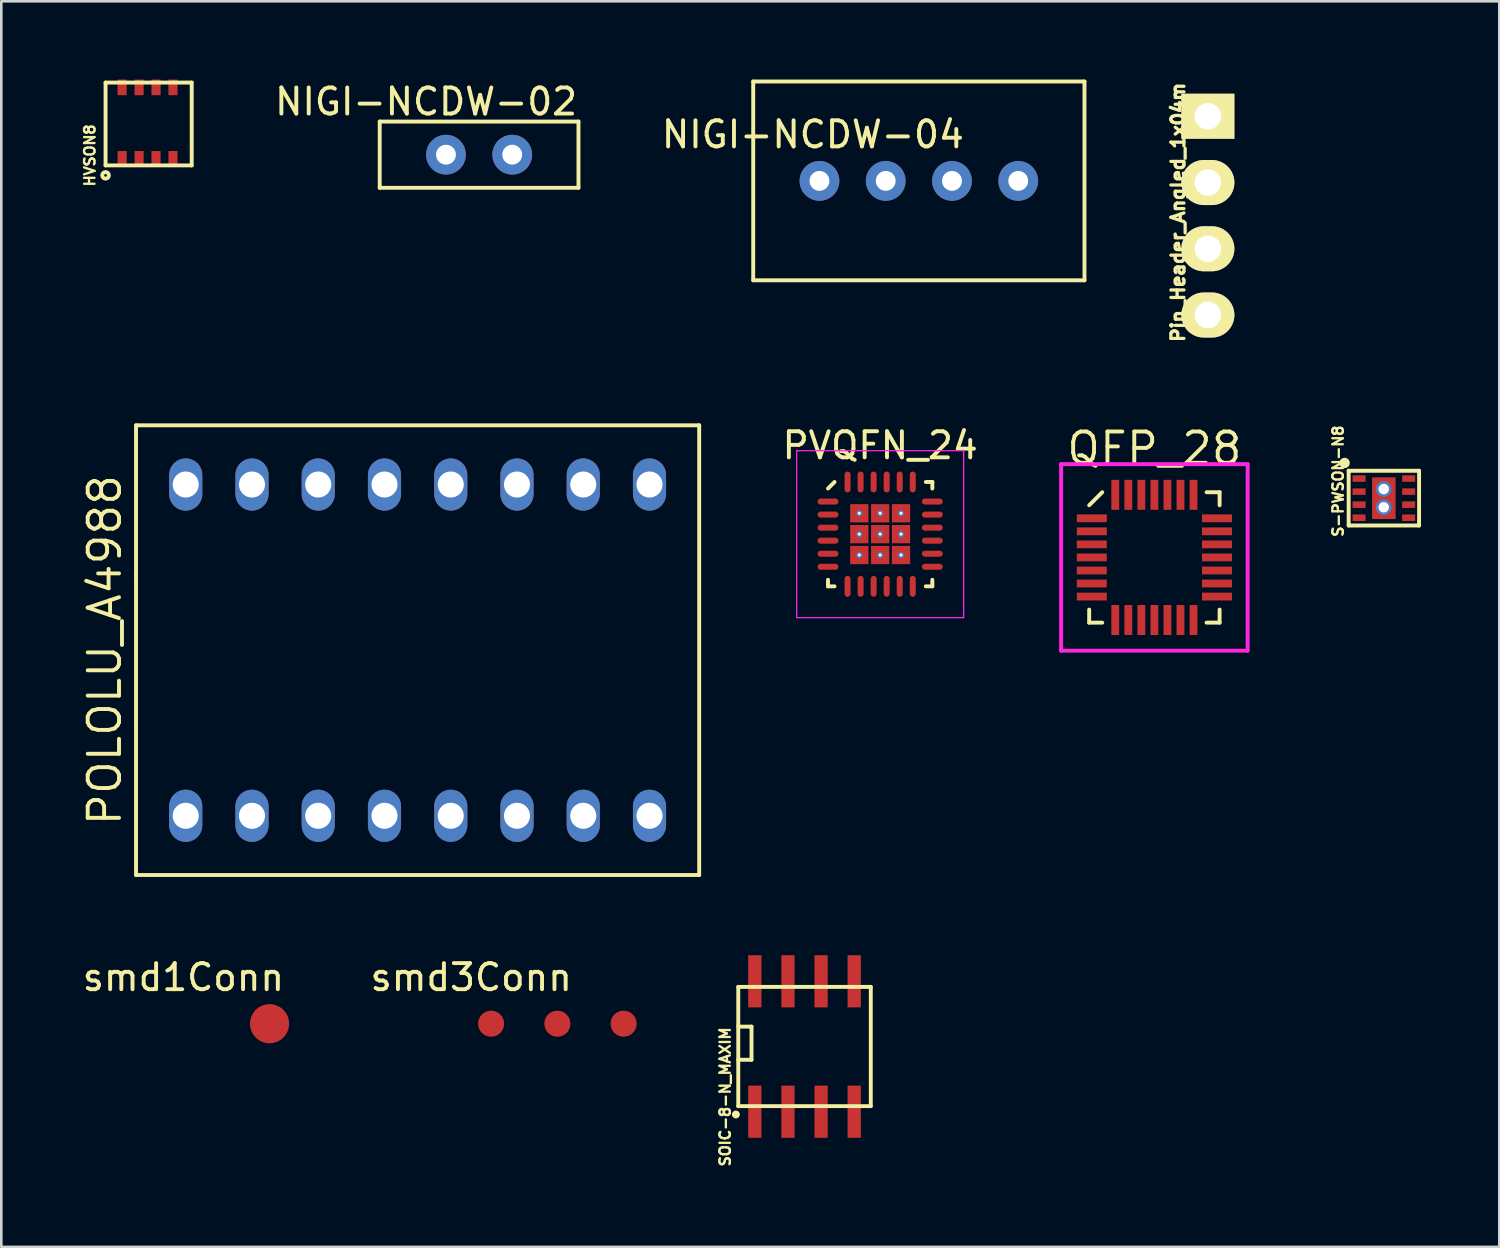
<source format=kicad_pcb>
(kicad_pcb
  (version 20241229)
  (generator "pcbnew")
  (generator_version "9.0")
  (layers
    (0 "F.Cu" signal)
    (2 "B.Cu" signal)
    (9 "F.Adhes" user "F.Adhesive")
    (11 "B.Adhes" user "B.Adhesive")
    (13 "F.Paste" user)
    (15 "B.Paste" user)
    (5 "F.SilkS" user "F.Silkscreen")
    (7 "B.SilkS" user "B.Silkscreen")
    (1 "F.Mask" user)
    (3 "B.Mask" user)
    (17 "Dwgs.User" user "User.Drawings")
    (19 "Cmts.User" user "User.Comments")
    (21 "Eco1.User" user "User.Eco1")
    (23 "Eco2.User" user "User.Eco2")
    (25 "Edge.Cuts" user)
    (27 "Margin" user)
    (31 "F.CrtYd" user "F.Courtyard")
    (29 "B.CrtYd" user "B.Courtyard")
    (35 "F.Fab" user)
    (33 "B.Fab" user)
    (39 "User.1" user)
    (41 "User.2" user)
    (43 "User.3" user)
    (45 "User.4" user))
  (footprint "NIGI-NCDW-02"
    (layer "F.Cu")
    (at 15.317 2.88)
    (property "Reference" "NIGI-NCDW-02" (at -2.032 -2.032 0) (layer "F.SilkS") (effects (font (size 1 1) (thickness 0.15))))
    (attr through_hole)
    (fp_line (start -3.81 -1.27) (end -3.81 1.27) (stroke (width 0.15) (type solid)) (layer "F.SilkS"))
    (fp_line (start -3.81 1.27) (end 3.81 1.27) (stroke (width 0.15) (type solid)) (layer "F.SilkS"))
    (fp_line (start 3.81 -1.27) (end -3.81 -1.27) (stroke (width 0.15) (type solid)) (layer "F.SilkS"))
    (fp_line (start 3.81 1.27) (end 3.81 -1.27) (stroke (width 0.15) (type solid)) (layer "F.SilkS"))
    (pad "1" thru_hole circle (at -1.27 0) (size 1.524 1.524) (drill 0.762) (layers "*.Cu" "*.Mask"))
    (pad "2" thru_hole circle (at 1.27 0) (size 1.524 1.524) (drill 0.762) (layers "*.Cu" "*.Mask")))
  (footprint "SOIC-8-N_MAXIM"
    (layer "F.Cu")
    (at 27.793 37.07)
    (property "Reference" "SOIC-8-N_MAXIM" (at -3.043 1.93 90) (layer "F.SilkS") (effects (font (size 0.4 0.4) (thickness 0.09))))
    (attr smd)
    (fp_line (start -2.54 -2.286) (end 2.54 -2.286) (stroke (width 0.15) (type solid)) (layer "F.SilkS"))
    (fp_line (start -2.54 -0.762) (end -2.032 -0.762) (stroke (width 0.15) (type solid)) (layer "F.SilkS"))
    (fp_line (start -2.54 2.286) (end -2.54 -2.286) (stroke (width 0.15) (type solid)) (layer "F.SilkS"))
    (fp_line (start -2.032 -0.762) (end -2.032 0.508) (stroke (width 0.15) (type solid)) (layer "F.SilkS"))
    (fp_line (start -2.032 0.508) (end -2.54 0.508) (stroke (width 0.15) (type solid)) (layer "F.SilkS"))
    (fp_line (start 2.54 -2.286) (end 2.54 2.286) (stroke (width 0.15) (type solid)) (layer "F.SilkS"))
    (fp_line (start 2.54 2.286) (end -2.54 2.286) (stroke (width 0.15) (type solid)) (layer "F.SilkS"))
    (fp_circle (center -2.631 2.606) (end -2.601 2.677) (stroke (width 0.15) (type solid)) (fill no) (layer "F.SilkS"))
    (pad "1" smd rect (at -1.905 2.5) (size 0.508 2) (layers "F.Cu" "F.Mask" "F.Paste"))
    (pad "2" smd rect (at -0.635 2.5) (size 0.508 2) (layers "F.Cu" "F.Mask" "F.Paste"))
    (pad "3" smd rect (at 0.635 2.5) (size 0.508 2) (layers "F.Cu" "F.Mask" "F.Paste"))
    (pad "4" smd rect (at 1.905 2.5) (size 0.508 2) (layers "F.Cu" "F.Mask" "F.Paste"))
    (pad "5" smd rect (at 1.905 -2.5) (size 0.508 2) (layers "F.Cu" "F.Mask" "F.Paste"))
    (pad "6" smd rect (at 0.635 -2.5) (size 0.508 2) (layers "F.Cu" "F.Mask" "F.Paste"))
    (pad "7" smd rect (at -0.635 -2.5) (size 0.508 2) (layers "F.Cu" "F.Mask" "F.Paste"))
    (pad "8" smd rect (at -1.905 -2.5) (size 0.508 2) (layers "F.Cu" "F.Mask" "F.Paste")))
  (footprint "NIGI-NCDW-04"
    (layer "F.Cu")
    (at 32.176 3.885)
    (property "Reference" "NIGI-NCDW-04" (at -4.064 -1.778 0) (layer "F.SilkS") (effects (font (size 1 1) (thickness 0.15))))
    (attr through_hole)
    (fp_line (start -6.35 -3.81) (end -6.35 3.81) (stroke (width 0.15) (type solid)) (layer "F.SilkS"))
    (fp_line (start -6.35 3.81) (end 6.35 3.81) (stroke (width 0.15) (type solid)) (layer "F.SilkS"))
    (fp_line (start 6.35 -3.81) (end -6.35 -3.81) (stroke (width 0.15) (type solid)) (layer "F.SilkS"))
    (fp_line (start 6.35 3.81) (end 6.35 -3.81) (stroke (width 0.15) (type solid)) (layer "F.SilkS"))
    (pad "1" thru_hole circle (at -3.81 0) (size 1.524 1.524) (drill 0.762) (layers "*.Cu" "*.Mask"))
    (pad "2" thru_hole circle (at -1.27 0) (size 1.524 1.524) (drill 0.762) (layers "*.Cu" "*.Mask"))
    (pad "3" thru_hole circle (at 1.27 0) (size 1.524 1.524) (drill 0.762) (layers "*.Cu" "*.Mask"))
    (pad "4" thru_hole circle (at 3.81 0) (size 1.524 1.524) (drill 0.762) (layers "*.Cu" "*.Mask")))
  (footprint "QFP_28"
    (layer "F.Cu")
    (at 41.206 18.32)
    (property "Reference" "QFP_28" (at 0 -4.175 0) (layer "F.SilkS") (effects (font (size 1.2 1.2) (thickness 0.15))))
    (attr through_hole)
    (fp_line (start -2.5 -2) (end -2 -2.5) (stroke (width 0.15) (type solid)) (layer "F.SilkS"))
    (fp_line (start -2.5 2.5) (end -2.5 2) (stroke (width 0.15) (type solid)) (layer "F.SilkS"))
    (fp_line (start -2 2.5) (end -2.5 2.5) (stroke (width 0.15) (type solid)) (layer "F.SilkS"))
    (fp_line (start 2 -2.5) (end 2.5 -2.5) (stroke (width 0.15) (type solid)) (layer "F.SilkS"))
    (fp_line (start 2 2.5) (end 2.5 2.5) (stroke (width 0.15) (type solid)) (layer "F.SilkS"))
    (fp_line (start 2.5 -2.5) (end 2.5 -2) (stroke (width 0.15) (type solid)) (layer "F.SilkS"))
    (fp_line (start 2.5 2.5) (end 2.5 2) (stroke (width 0.15) (type solid)) (layer "F.SilkS"))
    (fp_line (start -3.575 -3.575) (end 3.575 -3.575) (stroke (width 0.15) (type solid)) (layer "F.CrtYd"))
    (fp_line (start -3.575 3.575) (end -3.575 -3.575) (stroke (width 0.15) (type solid)) (layer "F.CrtYd"))
    (fp_line (start 3.575 -3.575) (end 3.575 3.575) (stroke (width 0.15) (type solid)) (layer "F.CrtYd"))
    (fp_line (start 3.575 3.575) (end -3.575 3.575) (stroke (width 0.15) (type solid)) (layer "F.CrtYd"))
    (pad "1" smd rect (at -2.4 -1.5 90) (size 0.3 1.15) (layers "F.Cu" "F.Mask" "F.Paste"))
    (pad "2" smd rect (at -2.4 -1 90) (size 0.3 1.15) (layers "F.Cu" "F.Mask" "F.Paste"))
    (pad "3" smd rect (at -2.4 -0.5 90) (size 0.3 1.15) (layers "F.Cu" "F.Mask" "F.Paste"))
    (pad "4" smd rect (at -2.4 0 90) (size 0.3 1.15) (layers "F.Cu" "F.Mask" "F.Paste"))
    (pad "5" smd rect (at -2.4 0.5 90) (size 0.3 1.15) (layers "F.Cu" "F.Mask" "F.Paste"))
    (pad "6" smd rect (at -2.4 1 90) (size 0.3 1.15) (layers "F.Cu" "F.Mask" "F.Paste"))
    (pad "7" smd rect (at -2.4 1.5 90) (size 0.3 1.15) (layers "F.Cu" "F.Mask" "F.Paste"))
    (pad "8" smd rect (at -1.5 2.4) (size 0.3 1.15) (layers "F.Cu" "F.Mask" "F.Paste"))
    (pad "9" smd rect (at -1 2.4) (size 0.3 1.15) (layers "F.Cu" "F.Mask" "F.Paste"))
    (pad "10" smd rect (at -0.5 2.4) (size 0.3 1.15) (layers "F.Cu" "F.Mask" "F.Paste"))
    (pad "11" smd rect (at 0 2.4) (size 0.3 1.15) (layers "F.Cu" "F.Mask" "F.Paste"))
    (pad "12" smd rect (at 0.5 2.4) (size 0.3 1.15) (layers "F.Cu" "F.Mask" "F.Paste"))
    (pad "13" smd rect (at 1 2.4) (size 0.3 1.15) (layers "F.Cu" "F.Mask" "F.Paste"))
    (pad "14" smd rect (at 1.5 2.4) (size 0.3 1.15) (layers "F.Cu" "F.Mask" "F.Paste"))
    (pad "15" smd rect (at 2.4 1.5 90) (size 0.3 1.15) (layers "F.Cu" "F.Mask" "F.Paste"))
    (pad "16" smd rect (at 2.4 1 90) (size 0.3 1.15) (layers "F.Cu" "F.Mask" "F.Paste"))
    (pad "17" smd rect (at 2.4 0.5 90) (size 0.3 1.15) (layers "F.Cu" "F.Mask" "F.Paste"))
    (pad "18" smd rect (at 2.4 0 90) (size 0.3 1.15) (layers "F.Cu" "F.Mask" "F.Paste"))
    (pad "19" smd rect (at 2.4 -0.5 90) (size 0.3 1.15) (layers "F.Cu" "F.Mask" "F.Paste"))
    (pad "20" smd rect (at 2.4 -1 90) (size 0.3 1.15) (layers "F.Cu" "F.Mask" "F.Paste"))
    (pad "21" smd rect (at 2.4 -1.5 90) (size 0.3 1.15) (layers "F.Cu" "F.Mask" "F.Paste"))
    (pad "22" smd rect (at 1.5 -2.4) (size 0.3 1.15) (layers "F.Cu" "F.Mask" "F.Paste"))
    (pad "23" smd rect (at 1 -2.4) (size 0.3 1.15) (layers "F.Cu" "F.Mask" "F.Paste"))
    (pad "24" smd rect (at 0.5 -2.4) (size 0.3 1.15) (layers "F.Cu" "F.Mask" "F.Paste"))
    (pad "25" smd rect (at 0 -2.4) (size 0.3 1.15) (layers "F.Cu" "F.Mask" "F.Paste"))
    (pad "26" smd rect (at -0.5 -2.4) (size 0.3 1.15) (layers "F.Cu" "F.Mask" "F.Paste"))
    (pad "27" smd rect (at -1 -2.4) (size 0.3 1.15) (layers "F.Cu" "F.Mask" "F.Paste"))
    (pad "28" smd rect (at -1.5 -2.4) (size 0.3 1.15) (layers "F.Cu" "F.Mask" "F.Paste")))
  (footprint "smd1Conn"
    (layer "F.Cu")
    (at 7.284 36.196)
    (property "Reference" "smd1Conn" (at -3.302 -1.778 0) (layer "F.SilkS") (effects (font (size 1 1) (thickness 0.15))))
    (attr through_hole)
    (pad "1" smd circle (at 0 0) (size 1.5 1.5) (layers "F.Cu" "F.Mask" "F.Paste")))
  (footprint "PVQFN_24"
    (layer "F.Cu")
    (at 30.693 17.428)
    (property "Reference" "PVQFN_24" (at 0 -3.4 0) (layer "F.SilkS") (effects (font (size 1 1) (thickness 0.15))))
    (attr smd)
    (fp_line (start -2 -1.75) (end -1.75 -2) (stroke (width 0.15) (type solid)) (layer "F.SilkS"))
    (fp_line (start -2 2) (end -2 1.75) (stroke (width 0.15) (type solid)) (layer "F.SilkS"))
    (fp_line (start -1.75 2) (end -2 2) (stroke (width 0.15) (type solid)) (layer "F.SilkS"))
    (fp_line (start 1.75 -2) (end 2 -2) (stroke (width 0.15) (type solid)) (layer "F.SilkS"))
    (fp_line (start 1.75 2) (end 2 2) (stroke (width 0.15) (type solid)) (layer "F.SilkS"))
    (fp_line (start 2 -2) (end 2 -1.75) (stroke (width 0.15) (type solid)) (layer "F.SilkS"))
    (fp_line (start 2 2) (end 2 1.75) (stroke (width 0.15) (type solid)) (layer "F.SilkS"))
    (fp_line (start -3.2 -3.2) (end 3.2 -3.2) (stroke (width 0.05) (type solid)) (layer "F.CrtYd"))
    (fp_line (start -3.2 3.2) (end -3.2 -3.2) (stroke (width 0.05) (type solid)) (layer "F.CrtYd"))
    (fp_line (start 3.2 -3.2) (end 3.2 3.2) (stroke (width 0.05) (type solid)) (layer "F.CrtYd"))
    (fp_line (start 3.2 3.2) (end -3.2 3.2) (stroke (width 0.05) (type solid)) (layer "F.CrtYd"))
    (pad "" smd rect (at 0 0) (size 2.4 2.4) (layers "F.Mask"))
    (pad "1" smd oval (at -2 -1.25 90) (size 0.23 0.8) (layers "F.Cu" "F.Mask" "F.Paste"))
    (pad "2" smd oval (at -2 -0.75 90) (size 0.23 0.8) (layers "F.Cu" "F.Mask" "F.Paste"))
    (pad "3" smd oval (at -2 -0.25 90) (size 0.23 0.8) (layers "F.Cu" "F.Mask" "F.Paste"))
    (pad "4" smd oval (at -2 0.25 90) (size 0.23 0.8) (layers "F.Cu" "F.Mask" "F.Paste"))
    (pad "5" smd oval (at -2 0.75 90) (size 0.23 0.8) (layers "F.Cu" "F.Mask" "F.Paste"))
    (pad "6" smd oval (at -2 1.25 90) (size 0.23 0.8) (layers "F.Cu" "F.Mask" "F.Paste"))
    (pad "7" smd oval (at -1.25 2) (size 0.23 0.8) (layers "F.Cu" "F.Mask" "F.Paste"))
    (pad "8" smd oval (at -0.75 2) (size 0.23 0.8) (layers "F.Cu" "F.Mask" "F.Paste"))
    (pad "9" smd oval (at -0.25 2) (size 0.23 0.8) (layers "F.Cu" "F.Mask" "F.Paste"))
    (pad "10" smd oval (at 0.25 2) (size 0.23 0.8) (layers "F.Cu" "F.Mask" "F.Paste"))
    (pad "11" smd oval (at 0.75 2) (size 0.23 0.8) (layers "F.Cu" "F.Mask" "F.Paste"))
    (pad "12" smd oval (at 1.25 2) (size 0.23 0.8) (layers "F.Cu" "F.Mask" "F.Paste"))
    (pad "13" smd oval (at 2 1.25 90) (size 0.23 0.8) (layers "F.Cu" "F.Mask" "F.Paste"))
    (pad "14" smd oval (at 2 0.75 90) (size 0.23 0.8) (layers "F.Cu" "F.Mask" "F.Paste"))
    (pad "15" smd oval (at 2 0.25 90) (size 0.23 0.8) (layers "F.Cu" "F.Mask" "F.Paste"))
    (pad "16" smd oval (at 2 -0.25 90) (size 0.23 0.8) (layers "F.Cu" "F.Mask" "F.Paste"))
    (pad "17" smd oval (at 2 -0.75 90) (size 0.23 0.8) (layers "F.Cu" "F.Mask" "F.Paste"))
    (pad "18" smd oval (at 2 -1.25 90) (size 0.23 0.8) (layers "F.Cu" "F.Mask" "F.Paste"))
    (pad "19" smd oval (at 1.25 -2) (size 0.23 0.8) (layers "F.Cu" "F.Mask" "F.Paste"))
    (pad "20" smd oval (at 0.75 -2) (size 0.23 0.8) (layers "F.Cu" "F.Mask" "F.Paste"))
    (pad "21" smd oval (at 0.25 -2) (size 0.23 0.8) (layers "F.Cu" "F.Mask" "F.Paste"))
    (pad "22" smd oval (at -0.25 -2) (size 0.23 0.8) (layers "F.Cu" "F.Mask" "F.Paste"))
    (pad "23" smd oval (at -0.75 -2) (size 0.23 0.8) (layers "F.Cu" "F.Mask" "F.Paste"))
    (pad "24" smd oval (at -1.25 -2) (size 0.23 0.8) (layers "F.Cu" "F.Mask" "F.Paste"))
    (pad "25" thru_hole circle (at -0.8 -0.8) (size 0.233 0.233) (drill 0.117) (layers "*.Cu" "*.Mask"))
    (pad "25" smd rect (at -0.8 -0.8) (size 0.7 0.7) (layers "F.Cu" "F.Mask" "F.Paste"))
    (pad "25" thru_hole circle (at -0.8 0) (size 0.233 0.233) (drill 0.117) (layers "*.Cu" "*.Mask"))
    (pad "25" smd rect (at -0.8 0) (size 0.7 0.7) (layers "F.Cu" "F.Mask" "F.Paste"))
    (pad "25" thru_hole circle (at -0.8 0.8) (size 0.233 0.233) (drill 0.117) (layers "*.Cu" "*.Mask"))
    (pad "25" smd rect (at -0.8 0.8) (size 0.7 0.7) (layers "F.Cu" "F.Mask" "F.Paste"))
    (pad "25" thru_hole circle (at 0 -0.8) (size 0.233 0.233) (drill 0.117) (layers "*.Cu" "*.Mask"))
    (pad "25" smd rect (at 0 -0.8) (size 0.7 0.7) (layers "F.Cu" "F.Mask" "F.Paste"))
    (pad "25" thru_hole circle (at 0 0) (size 0.233 0.233) (drill 0.117) (layers "*.Cu" "*.Mask"))
    (pad "25" smd rect (at 0 0) (size 0.7 0.7) (layers "F.Cu" "F.Mask" "F.Paste"))
    (pad "25" thru_hole circle (at 0 0.8) (size 0.233 0.233) (drill 0.117) (layers "*.Cu" "*.Mask"))
    (pad "25" smd rect (at 0 0.8) (size 0.7 0.7) (layers "F.Cu" "F.Mask" "F.Paste"))
    (pad "25" thru_hole circle (at 0.8 -0.8) (size 0.233 0.233) (drill 0.117) (layers "*.Cu" "*.Mask"))
    (pad "25" smd rect (at 0.8 -0.8) (size 0.7 0.7) (layers "F.Cu" "F.Mask" "F.Paste"))
    (pad "25" thru_hole circle (at 0.8 0) (size 0.233 0.233) (drill 0.117) (layers "*.Cu" "*.Mask"))
    (pad "25" smd rect (at 0.8 0) (size 0.7 0.7) (layers "F.Cu" "F.Mask" "F.Paste"))
    (pad "25" thru_hole circle (at 0.8 0.8) (size 0.233 0.233) (drill 0.117) (layers "*.Cu" "*.Mask"))
    (pad "25" smd rect (at 0.8 0.8) (size 0.7 0.7) (layers "F.Cu" "F.Mask" "F.Paste")))
  (footprint "smd3Conn"
    (layer "F.Cu")
    (at 18.318 36.196)
    (property "Reference" "smd3Conn" (at -3.302 -1.778 0) (layer "F.SilkS") (effects (font (size 1 1) (thickness 0.15))))
    (attr through_hole)
    (pad "1" smd circle (at -2.54 0) (size 1 1) (layers "F.Cu" "F.Mask" "F.Paste"))
    (pad "2" smd circle (at 0 0) (size 1 1) (layers "F.Cu" "F.Mask" "F.Paste"))
    (pad "3" smd circle (at 2.54 0) (size 1 1) (layers "F.Cu" "F.Mask" "F.Paste")))
  (footprint "POLOLU_A4988"
    (layer "F.Cu")
    (at 12.96 21.875)
    (property "Reference" "POLOLU_A4988" (at -11.995 0 90) (layer "F.SilkS") (effects (font (size 1.2 1.2) (thickness 0.15))))
    (attr through_hole)
    (fp_line (start -10.795 -8.62) (end -10.795 -2.873) (stroke (width 0.15) (type solid)) (layer "F.SilkS"))
    (fp_line (start -10.795 -2.873) (end -10.795 2.873) (stroke (width 0.15) (type solid)) (layer "F.SilkS"))
    (fp_line (start -10.795 2.873) (end -10.795 8.62) (stroke (width 0.15) (type solid)) (layer "F.SilkS"))
    (fp_line (start -10.795 8.62) (end 10.795 8.62) (stroke (width 0.15) (type solid)) (layer "F.SilkS"))
    (fp_line (start 10.795 -8.62) (end -10.795 -8.62) (stroke (width 0.15) (type solid)) (layer "F.SilkS"))
    (fp_line (start 10.795 8.62) (end 10.795 -8.62) (stroke (width 0.15) (type solid)) (layer "F.SilkS"))
    (pad "1" thru_hole oval (at -8.89 6.35) (size 1.27 2) (drill 1) (layers "*.Cu" "*.Mask"))
    (pad "2" thru_hole oval (at -6.35 6.35) (size 1.27 2) (drill 1) (layers "*.Cu" "*.Mask"))
    (pad "3" thru_hole oval (at -3.81 6.35) (size 1.27 2) (drill 1) (layers "*.Cu" "*.Mask"))
    (pad "4" thru_hole oval (at -1.27 6.35) (size 1.27 2) (drill 1) (layers "*.Cu" "*.Mask"))
    (pad "5" thru_hole oval (at 1.27 6.35) (size 1.27 2) (drill 1) (layers "*.Cu" "*.Mask"))
    (pad "6" thru_hole oval (at 3.81 6.35) (size 1.27 2) (drill 1) (layers "*.Cu" "*.Mask"))
    (pad "7" thru_hole oval (at 6.35 6.35) (size 1.27 2) (drill 1) (layers "*.Cu" "*.Mask"))
    (pad "8" thru_hole oval (at 8.89 6.35) (size 1.27 2) (drill 1) (layers "*.Cu" "*.Mask"))
    (pad "9" thru_hole oval (at 8.89 -6.35) (size 1.27 2) (drill 1) (layers "*.Cu" "*.Mask"))
    (pad "10" thru_hole oval (at 6.35 -6.35) (size 1.27 2) (drill 1) (layers "*.Cu" "*.Mask"))
    (pad "11" thru_hole oval (at 3.81 -6.35) (size 1.27 2) (drill 1) (layers "*.Cu" "*.Mask"))
    (pad "12" thru_hole oval (at 1.27 -6.35) (size 1.27 2) (drill 1) (layers "*.Cu" "*.Mask"))
    (pad "13" thru_hole oval (at -1.27 -6.35) (size 1.27 2) (drill 1) (layers "*.Cu" "*.Mask"))
    (pad "14" thru_hole oval (at -3.81 -6.35) (size 1.27 2) (drill 1) (layers "*.Cu" "*.Mask"))
    (pad "15" thru_hole oval (at -6.35 -6.35) (size 1.27 2) (drill 1) (layers "*.Cu" "*.Mask"))
    (pad "16" thru_hole oval (at -8.89 -6.35) (size 1.27 2) (drill 1) (layers "*.Cu" "*.Mask")))
  (footprint "Pin_Header_Angled_1x04m"
    (layer "F.Cu")
    (at 43.256 1.407)
    (property "Reference" "Pin_Header_Angled_1x04m" (at -1.143 3.683 90) (layer "F.SilkS") (effects (font (size 0.5 0.5) (thickness 0.125))))
    (attr through_hole)
    (pad "1" thru_hole rect (at 0 0) (size 2.032 1.727) (drill 1.016) (layers "*.Cu" "*.Mask" "F.SilkS"))
    (pad "2" thru_hole oval (at 0 2.54) (size 2.032 1.727) (drill 1.016) (layers "*.Cu" "*.Mask" "F.SilkS"))
    (pad "3" thru_hole oval (at 0 5.08) (size 2.032 1.727) (drill 1.016) (layers "*.Cu" "*.Mask" "F.SilkS"))
    (pad "4" thru_hole oval (at 0 7.62) (size 2.032 1.727) (drill 1.016) (layers "*.Cu" "*.Mask" "F.SilkS")))
  (footprint "HVSON8"
    (layer "F.Cu")
    (at 1.632 0.37)
    (property "Reference" "HVSON8" (at -1.24 2.54 90) (layer "F.SilkS") (effects (font (size 0.4 0.4) (thickness 0.09))))
    (attr through_hole)
    (fp_line (start -0.635 -0.254) (end 2.667 -0.254) (stroke (width 0.15) (type solid)) (layer "F.SilkS"))
    (fp_line (start -0.635 2.921) (end -0.635 -0.254) (stroke (width 0.15) (type solid)) (layer "F.SilkS"))
    (fp_line (start 2.667 -0.254) (end 2.667 2.921) (stroke (width 0.15) (type solid)) (layer "F.SilkS"))
    (fp_line (start 2.667 2.921) (end -0.635 2.921) (stroke (width 0.15) (type solid)) (layer "F.SilkS"))
    (fp_circle (center -0.635 3.302) (end -0.508 3.302) (stroke (width 0.15) (type solid)) (fill no) (layer "F.SilkS"))
    (pad "1" smd rect (at 0 2.67 90) (size 0.6 0.35) (layers "F.Cu" "F.Mask" "F.Paste"))
    (pad "2" smd rect (at 0.65 2.67 90) (size 0.6 0.35) (layers "F.Cu" "F.Mask" "F.Paste"))
    (pad "3" smd rect (at 1.3 2.67 90) (size 0.6 0.35) (layers "F.Cu" "F.Mask" "F.Paste"))
    (pad "4" smd rect (at 1.95 2.67 90) (size 0.6 0.35) (layers "F.Cu" "F.Mask" "F.Paste"))
    (pad "5" smd rect (at 1.95 -0.07 90) (size 0.6 0.35) (layers "F.Cu" "F.Mask" "F.Paste"))
    (pad "6" smd rect (at 1.3 -0.07 90) (size 0.6 0.35) (layers "F.Cu" "F.Mask" "F.Paste"))
    (pad "7" smd rect (at 0.65 -0.07 90) (size 0.6 0.35) (layers "F.Cu" "F.Mask" "F.Paste"))
    (pad "8" smd rect (at 0 -0.07 90) (size 0.6 0.35) (layers "F.Cu" "F.Mask" "F.Paste")))
  (footprint "S-PWSON-N8"
    (layer "F.Cu")
    (at 49.998 15.449)
    (property "Reference" "S-PWSON-N8" (at -1.75 -0.05 90) (layer "F.SilkS") (effects (font (size 0.4 0.4) (thickness 0.09))))
    (attr through_hole)
    (fp_line (start -1.345 -0.452) (end 1.355 -0.452) (stroke (width 0.15) (type solid)) (layer "F.SilkS"))
    (fp_line (start -1.345 1.648) (end -1.345 -0.452) (stroke (width 0.15) (type solid)) (layer "F.SilkS"))
    (fp_line (start 1.355 -0.452) (end 1.355 1.648) (stroke (width 0.15) (type solid)) (layer "F.SilkS"))
    (fp_line (start 1.355 1.648) (end -1.345 1.648) (stroke (width 0.15) (type solid)) (layer "F.SilkS"))
    (fp_circle (center -1.5 -0.75) (end -1.5 -0.65) (stroke (width 0.2) (type solid)) (fill no) (layer "F.SilkS"))
    (pad "1" smd rect (at -0.945 -0.152 270) (size 0.25 0.5) (layers "F.Cu" "F.Mask" "F.Paste"))
    (pad "2" smd rect (at -0.945 0.348 270) (size 0.25 0.5) (layers "F.Cu" "F.Mask" "F.Paste"))
    (pad "3" smd rect (at -0.945 0.848 270) (size 0.25 0.5) (layers "F.Cu" "F.Mask" "F.Paste"))
    (pad "4" smd rect (at -0.945 1.348 270) (size 0.25 0.5) (layers "F.Cu" "F.Mask" "F.Paste"))
    (pad "4" thru_hole circle (at 0 0.25 270) (size 0.6 0.6) (drill 0.4) (layers "*.Cu" "*.Mask"))
    (pad "4" thru_hole circle (at 0 0.95 270) (size 0.6 0.6) (drill 0.4) (layers "*.Cu" "*.Mask"))
    (pad "4" smd rect (at 0.005 0.6 270) (size 1.6 0.9) (layers "F.Cu" "F.Mask" "F.Paste"))
    (pad "5" smd rect (at 0.955 1.348 270) (size 0.25 0.5) (layers "F.Cu" "F.Mask" "F.Paste"))
    (pad "6" smd rect (at 0.955 0.848 270) (size 0.25 0.5) (layers "F.Cu" "F.Mask" "F.Paste"))
    (pad "7" smd rect (at 0.955 0.348 270) (size 0.25 0.5) (layers "F.Cu" "F.Mask" "F.Paste"))
    (pad "8" smd rect (at 0.955 -0.152 270) (size 0.25 0.5) (layers "F.Cu" "F.Mask" "F.Paste")))
  (gr_rect
    (start -3 -3)
    (end 54.428 44.752)
    (stroke (width 0.1) (type default))
    (fill no)
    (layer "Edge.Cuts")))
</source>
